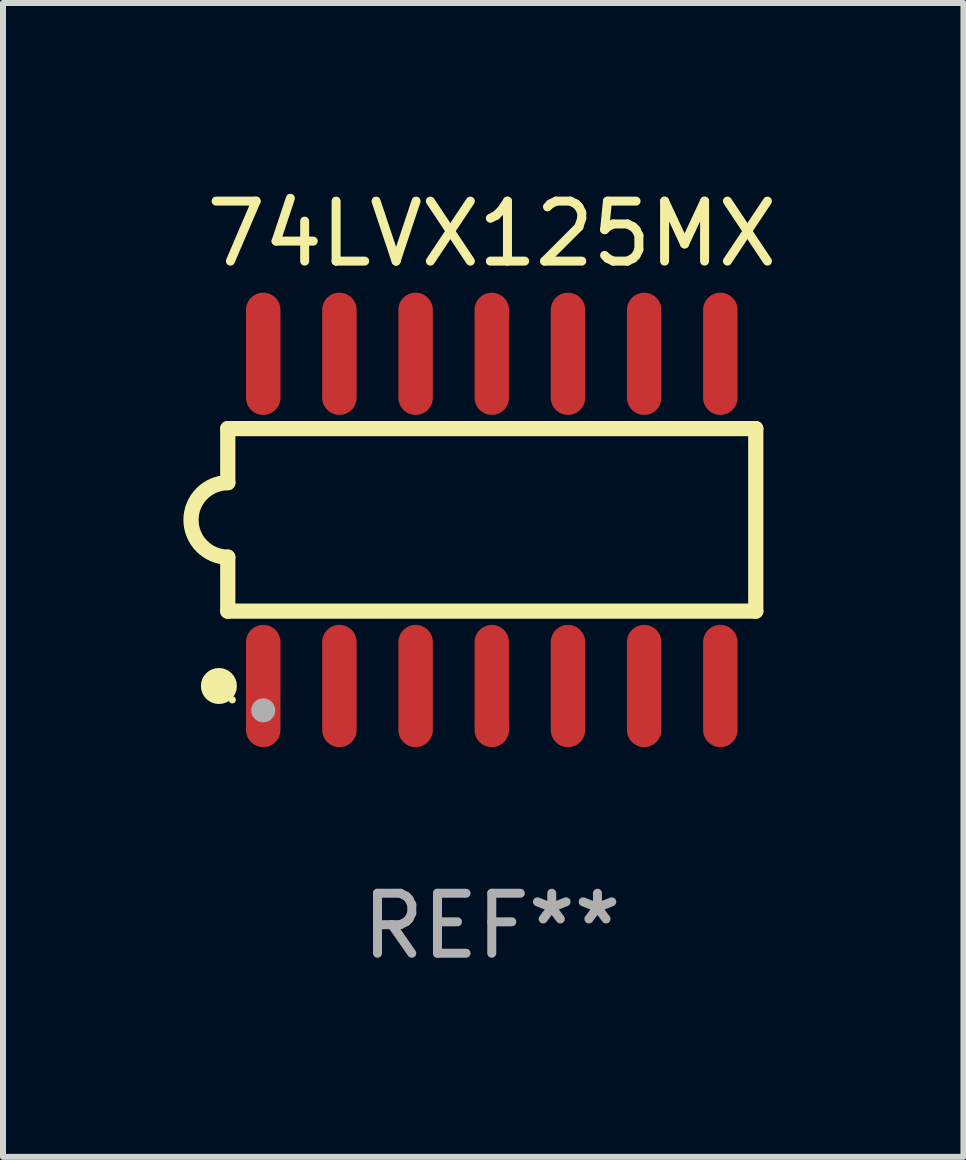
<source format=kicad_pcb>
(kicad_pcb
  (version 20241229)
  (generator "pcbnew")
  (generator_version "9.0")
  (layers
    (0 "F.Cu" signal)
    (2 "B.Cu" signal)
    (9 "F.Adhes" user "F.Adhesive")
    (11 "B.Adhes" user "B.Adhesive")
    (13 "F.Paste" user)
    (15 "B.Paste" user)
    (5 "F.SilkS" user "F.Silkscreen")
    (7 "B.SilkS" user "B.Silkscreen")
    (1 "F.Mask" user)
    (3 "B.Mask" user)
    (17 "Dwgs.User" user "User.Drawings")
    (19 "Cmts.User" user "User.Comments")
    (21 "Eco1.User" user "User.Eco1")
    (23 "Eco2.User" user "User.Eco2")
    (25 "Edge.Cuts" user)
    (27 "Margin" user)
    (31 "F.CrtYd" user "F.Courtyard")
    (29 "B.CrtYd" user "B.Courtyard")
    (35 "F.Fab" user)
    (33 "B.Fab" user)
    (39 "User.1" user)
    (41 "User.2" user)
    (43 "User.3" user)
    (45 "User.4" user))
  (footprint "74LVX125MX"
    (layer "F.Cu")
    (at 5.148 5.617)
    (property "Reference" "74LVX125MX" (at 0 -4.769 0) (layer "F.SilkS") (effects (font (size 1 1) (thickness 0.15))))
    (attr through_hole)
    (fp_line (start -4.401 -1.522) (end -4.401 -0.622) (stroke (width 0.254) (type solid)) (layer "F.SilkS"))
    (fp_line (start -4.401 -1.522) (end 4.401 -1.522) (stroke (width 0.254) (type solid)) (layer "F.SilkS"))
    (fp_line (start -4.401 1.521) (end -4.401 0.621) (stroke (width 0.254) (type solid)) (layer "F.SilkS"))
    (fp_line (start 4.401 -1.522) (end 4.401 1.521) (stroke (width 0.254) (type solid)) (layer "F.SilkS"))
    (fp_line (start 4.401 1.521) (end -4.401 1.521) (stroke (width 0.254) (type solid)) (layer "F.SilkS"))
    (fp_arc (start -4.401219 0.621311) (mid -5.021261 -0.000419) (end -4.400101 -0.621032) (stroke (width 0.254001) (type solid)) (layer "F.SilkS"))
    (fp_circle (center -4.549 2.769) (end -4.399 2.769) (stroke (width 0.3) (type solid)) (fill no) (layer "F.SilkS"))
    (fp_circle (center -4.325 3) (end -4.295 3) (stroke (width 0.06) (type solid)) (fill no) (layer "F.SilkS"))
    (fp_circle (center -3.81 3.175) (end -3.71 3.175) (stroke (width 0.2) (type solid)) (fill no) (layer "F.Fab"))
    (fp_text user "REF**" (at 0 6.769 0) (layer "F.Fab") (effects (font (size 1 1) (thickness 0.15))))
    (pad "1" smd oval (at -3.81 2.769) (size 0.574 2.038) (layers "F.Cu" "F.Mask" "F.Paste"))
    (pad "2" smd oval (at -2.54 2.769) (size 0.574 2.038) (layers "F.Cu" "F.Mask" "F.Paste"))
    (pad "3" smd oval (at -1.27 2.769) (size 0.574 2.038) (layers "F.Cu" "F.Mask" "F.Paste"))
    (pad "4" smd oval (at -0.000051 2.769) (size 0.574 2.038) (layers "F.Cu" "F.Mask" "F.Paste"))
    (pad "5" smd oval (at 1.27 2.769) (size 0.574 2.038) (layers "F.Cu" "F.Mask" "F.Paste"))
    (pad "6" smd oval (at 2.54 2.769) (size 0.574 2.038) (layers "F.Cu" "F.Mask" "F.Paste"))
    (pad "7" smd oval (at 3.81 2.769) (size 0.574 2.038) (layers "F.Cu" "F.Mask" "F.Paste"))
    (pad "8" smd oval (at 3.81 -2.769) (size 0.574 2.038) (layers "F.Cu" "F.Mask" "F.Paste"))
    (pad "9" smd oval (at 2.54 -2.769) (size 0.574 2.038) (layers "F.Cu" "F.Mask" "F.Paste"))
    (pad "10" smd oval (at 1.27 -2.769) (size 0.574 2.038) (layers "F.Cu" "F.Mask" "F.Paste"))
    (pad "11" smd oval (at -0.000051 -2.769) (size 0.574 2.038) (layers "F.Cu" "F.Mask" "F.Paste"))
    (pad "12" smd oval (at -1.27 -2.769) (size 0.574 2.038) (layers "F.Cu" "F.Mask" "F.Paste"))
    (pad "13" smd oval (at -2.54 -2.769) (size 0.574 2.038) (layers "F.Cu" "F.Mask" "F.Paste"))
    (pad "14" smd oval (at -3.81 -2.769) (size 0.574 2.038) (layers "F.Cu" "F.Mask" "F.Paste")))
  (gr_rect
    (start -3 -3)
    (end 13.011 16.235)
    (stroke (width 0.1) (type default))
    (fill no)
    (layer "Edge.Cuts")))
</source>
